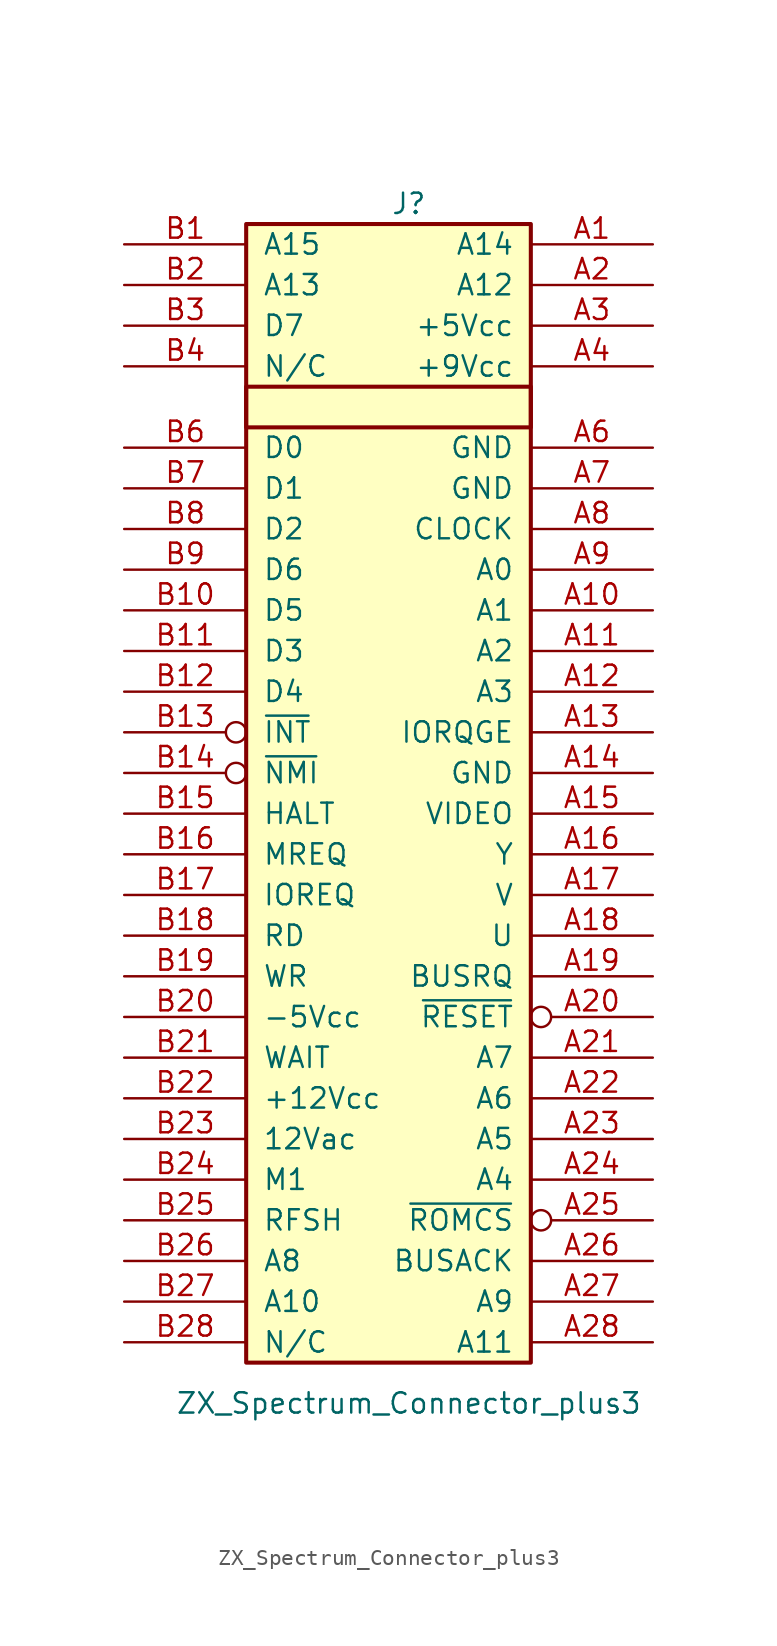
<source format=kicad_sym>
(kicad_symbol_lib
  (version 20241209)
  (generator "kicad_symbol_editor")
  (generator_version "9.0")
  (symbol "ZX_Spectrum_Connector_plus3"
    (pin_names
      (offset 1.016))
    (property "Reference" "J"
      (at 1.27 36.83 0)
      (effects (font (size 1.27 1.27))))
    (property "Value" "ZX_Spectrum_Connector_plus3"
      (at 1.27 -38.1 0)
      (effects (font (size 1.27 1.27))))
    (symbol "ZX_Spectrum_Connector_plus3_1_1"
      (rectangle (start -8.89 35.56) (end 8.89 -35.56) (stroke (width 0.254) (type default)) (fill (type background)))
      (rectangle (start -8.89 25.4) (end 8.89 22.86) (stroke (width 0.254) (type default)) (fill (type none)))
      (pin bidirectional line (at -16.51 34.29 0) (length 7.62) (name "A15" (effects (font (size 1.27 1.27)))) (number "B1" (effects (font (size 1.27 1.27)))))
      (pin bidirectional line (at -16.51 31.75 0) (length 7.62) (name "A13" (effects (font (size 1.27 1.27)))) (number "B2" (effects (font (size 1.27 1.27)))))
      (pin bidirectional line (at -16.51 29.21 0) (length 7.62) (name "D7" (effects (font (size 1.27 1.27)))) (number "B3" (effects (font (size 1.27 1.27)))))
      (pin unspecified line (at -16.51 26.67 0) (length 7.62) (name "N/C" (effects (font (size 1.27 1.27)))) (number "B4" (effects (font (size 1.27 1.27)))))
      (pin bidirectional line (at -16.51 21.59 0) (length 7.62) (name "D0" (effects (font (size 1.27 1.27)))) (number "B6" (effects (font (size 1.27 1.27)))))
      (pin bidirectional line (at -16.51 19.05 0) (length 7.62) (name "D1" (effects (font (size 1.27 1.27)))) (number "B7" (effects (font (size 1.27 1.27)))))
      (pin bidirectional line (at -16.51 16.51 0) (length 7.62) (name "D2" (effects (font (size 1.27 1.27)))) (number "B8" (effects (font (size 1.27 1.27)))))
      (pin bidirectional line (at -16.51 13.97 0) (length 7.62) (name "D6" (effects (font (size 1.27 1.27)))) (number "B9" (effects (font (size 1.27 1.27)))))
      (pin bidirectional line (at -16.51 11.43 0) (length 7.62) (name "D5" (effects (font (size 1.27 1.27)))) (number "B10" (effects (font (size 1.27 1.27)))))
      (pin bidirectional line (at -16.51 8.89 0) (length 7.62) (name "D3" (effects (font (size 1.27 1.27)))) (number "B11" (effects (font (size 1.27 1.27)))))
      (pin bidirectional line (at -16.51 6.35 0) (length 7.62) (name "D4" (effects (font (size 1.27 1.27)))) (number "B12" (effects (font (size 1.27 1.27)))))
      (pin bidirectional inverted (at -16.51 3.81 0) (length 7.62) (name "~{INT}" (effects (font (size 1.27 1.27)))) (number "B13" (effects (font (size 1.27 1.27)))))
      (pin bidirectional inverted (at -16.51 1.27 0) (length 7.62) (name "~{NMI}" (effects (font (size 1.27 1.27)))) (number "B14" (effects (font (size 1.27 1.27)))))
      (pin bidirectional line (at -16.51 -1.27 0) (length 7.62) (name "HALT" (effects (font (size 1.27 1.27)))) (number "B15" (effects (font (size 1.27 1.27)))))
      (pin bidirectional line (at -16.51 -3.81 0) (length 7.62) (name "MREQ" (effects (font (size 1.27 1.27)))) (number "B16" (effects (font (size 1.27 1.27)))))
      (pin bidirectional line (at -16.51 -6.35 0) (length 7.62) (name "IOREQ" (effects (font (size 1.27 1.27)))) (number "B17" (effects (font (size 1.27 1.27)))))
      (pin bidirectional line (at -16.51 -8.89 0) (length 7.62) (name "RD" (effects (font (size 1.27 1.27)))) (number "B18" (effects (font (size 1.27 1.27)))))
      (pin bidirectional line (at -16.51 -11.43 0) (length 7.62) (name "WR" (effects (font (size 1.27 1.27)))) (number "B19" (effects (font (size 1.27 1.27)))))
      (pin bidirectional line (at -16.51 -13.97 0) (length 7.62) (name "-5Vcc" (effects (font (size 1.27 1.27)))) (number "B20" (effects (font (size 1.27 1.27)))))
      (pin bidirectional line (at -16.51 -16.51 0) (length 7.62) (name "WAIT" (effects (font (size 1.27 1.27)))) (number "B21" (effects (font (size 1.27 1.27)))))
      (pin bidirectional line (at -16.51 -19.05 0) (length 7.62) (name "+12Vcc" (effects (font (size 1.27 1.27)))) (number "B22" (effects (font (size 1.27 1.27)))))
      (pin bidirectional line (at -16.51 -21.59 0) (length 7.62) (name "12Vac" (effects (font (size 1.27 1.27)))) (number "B23" (effects (font (size 1.27 1.27)))))
      (pin bidirectional line (at -16.51 -24.13 0) (length 7.62) (name "M1" (effects (font (size 1.27 1.27)))) (number "B24" (effects (font (size 1.27 1.27)))))
      (pin bidirectional line (at -16.51 -26.67 0) (length 7.62) (name "RFSH" (effects (font (size 1.27 1.27)))) (number "B25" (effects (font (size 1.27 1.27)))))
      (pin bidirectional line (at -16.51 -29.21 0) (length 7.62) (name "A8" (effects (font (size 1.27 1.27)))) (number "B26" (effects (font (size 1.27 1.27)))))
      (pin bidirectional line (at -16.51 -31.75 0) (length 7.62) (name "A10" (effects (font (size 1.27 1.27)))) (number "B27" (effects (font (size 1.27 1.27)))))
      (pin unspecified line (at -16.51 -34.29 0) (length 7.62) (name "N/C" (effects (font (size 1.27 1.27)))) (number "B28" (effects (font (size 1.27 1.27)))))
      (pin bidirectional line (at 16.51 34.29 180) (length 7.62) (name "A14" (effects (font (size 1.27 1.27)))) (number "A1" (effects (font (size 1.27 1.27)))))
      (pin bidirectional line (at 16.51 31.75 180) (length 7.62) (name "A12" (effects (font (size 1.27 1.27)))) (number "A2" (effects (font (size 1.27 1.27)))))
      (pin bidirectional line (at 16.51 29.21 180) (length 7.62) (name "+5Vcc" (effects (font (size 1.27 1.27)))) (number "A3" (effects (font (size 1.27 1.27)))))
      (pin bidirectional line (at 16.51 26.67 180) (length 7.62) (name "+9Vcc" (effects (font (size 1.27 1.27)))) (number "A4" (effects (font (size 1.27 1.27)))))
      (pin bidirectional line (at 16.51 21.59 180) (length 7.62) (name "GND" (effects (font (size 1.27 1.27)))) (number "A6" (effects (font (size 1.27 1.27)))))
      (pin bidirectional line (at 16.51 19.05 180) (length 7.62) (name "GND" (effects (font (size 1.27 1.27)))) (number "A7" (effects (font (size 1.27 1.27)))))
      (pin bidirectional line (at 16.51 16.51 180) (length 7.62) (name "CLOCK" (effects (font (size 1.27 1.27)))) (number "A8" (effects (font (size 1.27 1.27)))))
      (pin bidirectional line (at 16.51 13.97 180) (length 7.62) (name "A0" (effects (font (size 1.27 1.27)))) (number "A9" (effects (font (size 1.27 1.27)))))
      (pin bidirectional line (at 16.51 11.43 180) (length 7.62) (name "A1" (effects (font (size 1.27 1.27)))) (number "A10" (effects (font (size 1.27 1.27)))))
      (pin bidirectional line (at 16.51 8.89 180) (length 7.62) (name "A2" (effects (font (size 1.27 1.27)))) (number "A11" (effects (font (size 1.27 1.27)))))
      (pin bidirectional line (at 16.51 6.35 180) (length 7.62) (name "A3" (effects (font (size 1.27 1.27)))) (number "A12" (effects (font (size 1.27 1.27)))))
      (pin bidirectional line (at 16.51 3.81 180) (length 7.62) (name "IORQGE" (effects (font (size 1.27 1.27)))) (number "A13" (effects (font (size 1.27 1.27)))))
      (pin bidirectional line (at 16.51 1.27 180) (length 7.62) (name "GND" (effects (font (size 1.27 1.27)))) (number "A14" (effects (font (size 1.27 1.27)))))
      (pin bidirectional line (at 16.51 -1.27 180) (length 7.62) (name "VIDEO" (effects (font (size 1.27 1.27)))) (number "A15" (effects (font (size 1.27 1.27)))))
      (pin bidirectional line (at 16.51 -3.81 180) (length 7.62) (name "Y" (effects (font (size 1.27 1.27)))) (number "A16" (effects (font (size 1.27 1.27)))))
      (pin bidirectional line (at 16.51 -6.35 180) (length 7.62) (name "V" (effects (font (size 1.27 1.27)))) (number "A17" (effects (font (size 1.27 1.27)))))
      (pin bidirectional line (at 16.51 -8.89 180) (length 7.62) (name "U" (effects (font (size 1.27 1.27)))) (number "A18" (effects (font (size 1.27 1.27)))))
      (pin bidirectional line (at 16.51 -11.43 180) (length 7.62) (name "BUSRQ" (effects (font (size 1.27 1.27)))) (number "A19" (effects (font (size 1.27 1.27)))))
      (pin bidirectional inverted (at 16.51 -13.97 180) (length 7.62) (name "~{RESET}" (effects (font (size 1.27 1.27)))) (number "A20" (effects (font (size 1.27 1.27)))))
      (pin bidirectional line (at 16.51 -16.51 180) (length 7.62) (name "A7" (effects (font (size 1.27 1.27)))) (number "A21" (effects (font (size 1.27 1.27)))))
      (pin bidirectional line (at 16.51 -19.05 180) (length 7.62) (name "A6" (effects (font (size 1.27 1.27)))) (number "A22" (effects (font (size 1.27 1.27)))))
      (pin bidirectional line (at 16.51 -21.59 180) (length 7.62) (name "A5" (effects (font (size 1.27 1.27)))) (number "A23" (effects (font (size 1.27 1.27)))))
      (pin bidirectional line (at 16.51 -24.13 180) (length 7.62) (name "A4" (effects (font (size 1.27 1.27)))) (number "A24" (effects (font (size 1.27 1.27)))))
      (pin bidirectional inverted (at 16.51 -26.67 180) (length 7.62) (name "~{ROMCS}" (effects (font (size 1.27 1.27)))) (number "A25" (effects (font (size 1.27 1.27)))))
      (pin bidirectional line (at 16.51 -29.21 180) (length 7.62) (name "BUSACK" (effects (font (size 1.27 1.27)))) (number "A26" (effects (font (size 1.27 1.27)))))
      (pin bidirectional line (at 16.51 -31.75 180) (length 7.62) (name "A9" (effects (font (size 1.27 1.27)))) (number "A27" (effects (font (size 1.27 1.27)))))
      (pin bidirectional line (at 16.51 -34.29 180) (length 7.62) (name "A11" (effects (font (size 1.27 1.27)))) (number "A28" (effects (font (size 1.27 1.27))))))))
</source>
